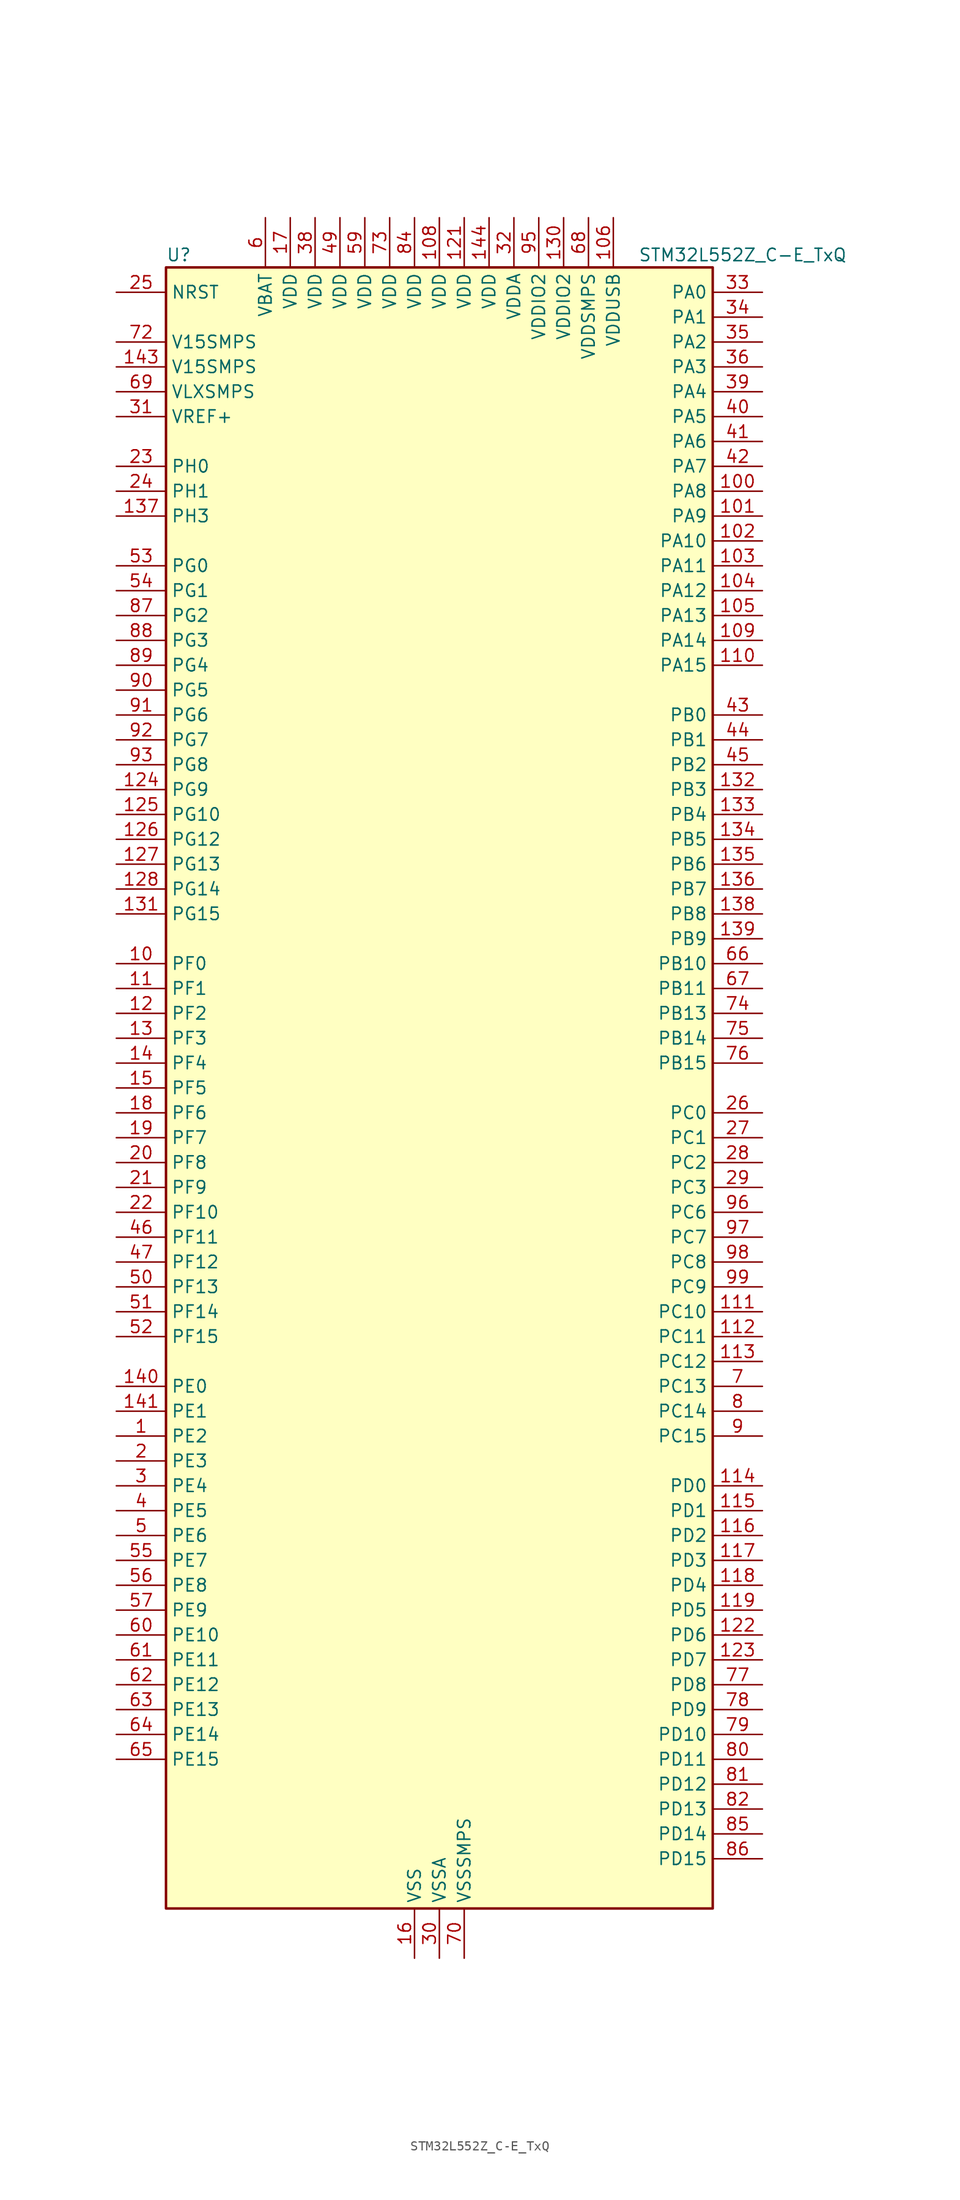
<source format=kicad_sym>
(kicad_symbol_lib
  (version 20231120)
  (generator "kicad_symbol_editor")
  (generator_version "8.0")
  (symbol "STM32L552Z_C-E_TxQ"
    (property "Reference" "U"
      (at -27.94 85.09 0)
      (effects (font (size 1.27 1.27)) (justify left)))
    (property "Value" "STM32L552Z_C-E_TxQ"
      (at 20.32 85.09 0)
      (effects (font (size 1.27 1.27)) (justify left)))
    (property "ki_locked" ""
      (at 0 0 0)
      (effects (font (size 1.27 1.27))))
    (symbol "STM32L552Z_C-E_TxQ_0_1"
      (rectangle (start -27.94 -83.82) (end 27.94 83.82) (stroke (width 0.254) (type default)) (fill (type background))))
    (symbol "STM32L552Z_C-E_TxQ_1_1"
      (pin bidirectional line (at -33.02 -35.56 0) (length 5.08) (name "PE2" (effects (font (size 1.27 1.27)))) (number "1" (effects (font (size 1.27 1.27)))) (alternate "DEBUG_TRACECLK" bidirectional line) (alternate "FMC_A23" bidirectional line) (alternate "SAI1_CK1" bidirectional line) (alternate "SAI1_MCLK_A" bidirectional line) (alternate "TIM3_ETR" bidirectional line) (alternate "TSC_G7_IO1" bidirectional line))
      (pin bidirectional line (at -33.02 12.7 0) (length 5.08) (name "PF0" (effects (font (size 1.27 1.27)))) (number "10" (effects (font (size 1.27 1.27)))) (alternate "FMC_A0" bidirectional line) (alternate "I2C2_SDA" bidirectional line))
      (pin bidirectional line (at 33.02 60.96 180) (length 5.08) (name "PA8" (effects (font (size 1.27 1.27)))) (number "100" (effects (font (size 1.27 1.27)))) (alternate "LPTIM2_OUT" bidirectional line) (alternate "RCC_MCO" bidirectional line) (alternate "SAI1_CK2" bidirectional line) (alternate "SAI1_SCK_A" bidirectional line) (alternate "TIM1_CH1" bidirectional line) (alternate "USART1_CK" bidirectional line))
      (pin bidirectional line (at 33.02 58.42 180) (length 5.08) (name "PA9" (effects (font (size 1.27 1.27)))) (number "101" (effects (font (size 1.27 1.27)))) (alternate "DAC1_EXTI9" bidirectional line) (alternate "SAI1_FS_A" bidirectional line) (alternate "SPI2_SCK" bidirectional line) (alternate "TIM15_BKIN" bidirectional line) (alternate "TIM1_CH2" bidirectional line) (alternate "USART1_TX" bidirectional line))
      (pin bidirectional line (at 33.02 55.88 180) (length 5.08) (name "PA10" (effects (font (size 1.27 1.27)))) (number "102" (effects (font (size 1.27 1.27)))) (alternate "CRS_SYNC" bidirectional line) (alternate "SAI1_D1" bidirectional line) (alternate "SAI1_SD_A" bidirectional line) (alternate "TIM17_BKIN" bidirectional line) (alternate "TIM1_CH3" bidirectional line) (alternate "USART1_RX" bidirectional line))
      (pin bidirectional line (at 33.02 53.34 180) (length 5.08) (name "PA11" (effects (font (size 1.27 1.27)))) (number "103" (effects (font (size 1.27 1.27)))) (alternate "ADC1_EXTI11" bidirectional line) (alternate "ADC2_EXTI11" bidirectional line) (alternate "FDCAN1_RX" bidirectional line) (alternate "SPI1_MISO" bidirectional line) (alternate "TIM1_BKIN2" bidirectional line) (alternate "TIM1_CH4" bidirectional line) (alternate "USART1_CTS" bidirectional line) (alternate "USART1_NSS" bidirectional line) (alternate "USB_DM" bidirectional line))
      (pin bidirectional line (at 33.02 50.8 180) (length 5.08) (name "PA12" (effects (font (size 1.27 1.27)))) (number "104" (effects (font (size 1.27 1.27)))) (alternate "FDCAN1_TX" bidirectional line) (alternate "SPI1_MOSI" bidirectional line) (alternate "TIM1_ETR" bidirectional line) (alternate "USART1_DE" bidirectional line) (alternate "USART1_RTS" bidirectional line) (alternate "USB_DP" bidirectional line))
      (pin bidirectional line (at 33.02 48.26 180) (length 5.08) (name "PA13" (effects (font (size 1.27 1.27)))) (number "105" (effects (font (size 1.27 1.27)))) (alternate "DEBUG_JTMS-SWDIO" bidirectional line) (alternate "IR_OUT" bidirectional line) (alternate "SAI1_SD_B" bidirectional line) (alternate "USB_NOE" bidirectional line))
      (pin power_in line (at 17.78 88.9 270) (length 5.08) (name "VDDUSB" (effects (font (size 1.27 1.27)))) (number "106" (effects (font (size 1.27 1.27)))))
      (pin passive line (at -2.54 -88.9 90) (length 5.08) hide (name "VSS" (effects (font (size 1.27 1.27)))) (number "107" (effects (font (size 1.27 1.27)))))
      (pin power_in line (at 0 88.9 270) (length 5.08) (name "VDD" (effects (font (size 1.27 1.27)))) (number "108" (effects (font (size 1.27 1.27)))))
      (pin bidirectional line (at 33.02 45.72 180) (length 5.08) (name "PA14" (effects (font (size 1.27 1.27)))) (number "109" (effects (font (size 1.27 1.27)))) (alternate "DEBUG_JTCK-SWCLK" bidirectional line) (alternate "I2C1_SMBA" bidirectional line) (alternate "I2C4_SMBA" bidirectional line) (alternate "LPTIM1_OUT" bidirectional line) (alternate "SAI1_FS_B" bidirectional line))
      (pin bidirectional line (at -33.02 10.16 0) (length 5.08) (name "PF1" (effects (font (size 1.27 1.27)))) (number "11" (effects (font (size 1.27 1.27)))) (alternate "FMC_A1" bidirectional line) (alternate "I2C2_SCL" bidirectional line))
      (pin bidirectional line (at 33.02 43.18 180) (length 5.08) (name "PA15" (effects (font (size 1.27 1.27)))) (number "110" (effects (font (size 1.27 1.27)))) (alternate "ADC1_EXTI15" bidirectional line) (alternate "ADC2_EXTI15" bidirectional line) (alternate "DEBUG_JTDI" bidirectional line) (alternate "SAI2_FS_B" bidirectional line) (alternate "SPI1_NSS" bidirectional line) (alternate "SPI3_NSS" bidirectional line) (alternate "TIM2_CH1" bidirectional line) (alternate "TIM2_ETR" bidirectional line) (alternate "UART4_DE" bidirectional line) (alternate "UART4_RTS" bidirectional line) (alternate "UCPD1_CC1" bidirectional line) (alternate "USART2_RX" bidirectional line) (alternate "USART3_DE" bidirectional line) (alternate "USART3_RTS" bidirectional line))
      (pin bidirectional line (at 33.02 -22.86 180) (length 5.08) (name "PC10" (effects (font (size 1.27 1.27)))) (number "111" (effects (font (size 1.27 1.27)))) (alternate "DEBUG_TRACED1" bidirectional line) (alternate "LPTIM3_ETR" bidirectional line) (alternate "SAI2_SCK_B" bidirectional line) (alternate "SDMMC1_D2" bidirectional line) (alternate "SPI3_SCK" bidirectional line) (alternate "TSC_G3_IO2" bidirectional line) (alternate "UART4_TX" bidirectional line) (alternate "USART3_TX" bidirectional line))
      (pin bidirectional line (at 33.02 -25.4 180) (length 5.08) (name "PC11" (effects (font (size 1.27 1.27)))) (number "112" (effects (font (size 1.27 1.27)))) (alternate "ADC1_EXTI11" bidirectional line) (alternate "ADC2_EXTI11" bidirectional line) (alternate "LPTIM3_IN1" bidirectional line) (alternate "OCTOSPI1_NCS" bidirectional line) (alternate "SAI2_MCLK_B" bidirectional line) (alternate "SDMMC1_D3" bidirectional line) (alternate "SPI3_MISO" bidirectional line) (alternate "TSC_G3_IO3" bidirectional line) (alternate "UART4_RX" bidirectional line) (alternate "UCPD1_FRSTX2" bidirectional line) (alternate "USART3_RX" bidirectional line))
      (pin bidirectional line (at 33.02 -27.94 180) (length 5.08) (name "PC12" (effects (font (size 1.27 1.27)))) (number "113" (effects (font (size 1.27 1.27)))) (alternate "DEBUG_TRACED3" bidirectional line) (alternate "SAI2_SD_B" bidirectional line) (alternate "SDMMC1_CK" bidirectional line) (alternate "SPI3_MOSI" bidirectional line) (alternate "TSC_G3_IO4" bidirectional line) (alternate "UART5_TX" bidirectional line) (alternate "USART3_CK" bidirectional line))
      (pin bidirectional line (at 33.02 -40.64 180) (length 5.08) (name "PD0" (effects (font (size 1.27 1.27)))) (number "114" (effects (font (size 1.27 1.27)))) (alternate "FDCAN1_RX" bidirectional line) (alternate "FMC_D2" bidirectional line) (alternate "FMC_DA2" bidirectional line) (alternate "SPI2_NSS" bidirectional line))
      (pin bidirectional line (at 33.02 -43.18 180) (length 5.08) (name "PD1" (effects (font (size 1.27 1.27)))) (number "115" (effects (font (size 1.27 1.27)))) (alternate "FDCAN1_TX" bidirectional line) (alternate "FMC_D3" bidirectional line) (alternate "FMC_DA3" bidirectional line) (alternate "SPI2_SCK" bidirectional line))
      (pin bidirectional line (at 33.02 -45.72 180) (length 5.08) (name "PD2" (effects (font (size 1.27 1.27)))) (number "116" (effects (font (size 1.27 1.27)))) (alternate "DEBUG_TRACED2" bidirectional line) (alternate "SDMMC1_CMD" bidirectional line) (alternate "TIM3_ETR" bidirectional line) (alternate "TSC_SYNC" bidirectional line) (alternate "UART5_RX" bidirectional line) (alternate "USART3_DE" bidirectional line) (alternate "USART3_RTS" bidirectional line))
      (pin bidirectional line (at 33.02 -48.26 180) (length 5.08) (name "PD3" (effects (font (size 1.27 1.27)))) (number "117" (effects (font (size 1.27 1.27)))) (alternate "DFSDM1_DATIN0" bidirectional line) (alternate "FMC_CLK" bidirectional line) (alternate "SPI2_MISO" bidirectional line) (alternate "SPI2_SCK" bidirectional line) (alternate "USART2_CTS" bidirectional line) (alternate "USART2_NSS" bidirectional line))
      (pin bidirectional line (at 33.02 -50.8 180) (length 5.08) (name "PD4" (effects (font (size 1.27 1.27)))) (number "118" (effects (font (size 1.27 1.27)))) (alternate "DFSDM1_CKIN0" bidirectional line) (alternate "FMC_NOE" bidirectional line) (alternate "OCTOSPI1_IO4" bidirectional line) (alternate "SPI2_MOSI" bidirectional line) (alternate "USART2_DE" bidirectional line) (alternate "USART2_RTS" bidirectional line))
      (pin bidirectional line (at 33.02 -53.34 180) (length 5.08) (name "PD5" (effects (font (size 1.27 1.27)))) (number "119" (effects (font (size 1.27 1.27)))) (alternate "FMC_NWE" bidirectional line) (alternate "OCTOSPI1_IO5" bidirectional line) (alternate "USART2_TX" bidirectional line))
      (pin bidirectional line (at -33.02 7.62 0) (length 5.08) (name "PF2" (effects (font (size 1.27 1.27)))) (number "12" (effects (font (size 1.27 1.27)))) (alternate "FMC_A2" bidirectional line) (alternate "I2C2_SMBA" bidirectional line))
      (pin passive line (at -2.54 -88.9 90) (length 5.08) hide (name "VSS" (effects (font (size 1.27 1.27)))) (number "120" (effects (font (size 1.27 1.27)))))
      (pin power_in line (at 2.54 88.9 270) (length 5.08) (name "VDD" (effects (font (size 1.27 1.27)))) (number "121" (effects (font (size 1.27 1.27)))))
      (pin bidirectional line (at 33.02 -55.88 180) (length 5.08) (name "PD6" (effects (font (size 1.27 1.27)))) (number "122" (effects (font (size 1.27 1.27)))) (alternate "DFSDM1_DATIN1" bidirectional line) (alternate "FMC_NWAIT" bidirectional line) (alternate "OCTOSPI1_IO6" bidirectional line) (alternate "SAI1_D1" bidirectional line) (alternate "SAI1_SD_A" bidirectional line) (alternate "SPI3_MOSI" bidirectional line) (alternate "USART2_RX" bidirectional line))
      (pin bidirectional line (at 33.02 -58.42 180) (length 5.08) (name "PD7" (effects (font (size 1.27 1.27)))) (number "123" (effects (font (size 1.27 1.27)))) (alternate "DFSDM1_CKIN1" bidirectional line) (alternate "FMC_NCE" bidirectional line) (alternate "FMC_NE1" bidirectional line) (alternate "OCTOSPI1_IO7" bidirectional line) (alternate "USART2_CK" bidirectional line))
      (pin bidirectional line (at -33.02 30.48 0) (length 5.08) (name "PG9" (effects (font (size 1.27 1.27)))) (number "124" (effects (font (size 1.27 1.27)))) (alternate "DAC1_EXTI9" bidirectional line) (alternate "FMC_NCE" bidirectional line) (alternate "FMC_NE2" bidirectional line) (alternate "SAI2_SCK_A" bidirectional line) (alternate "SPI3_SCK" bidirectional line) (alternate "TIM15_CH1N" bidirectional line) (alternate "USART1_TX" bidirectional line))
      (pin bidirectional line (at -33.02 27.94 0) (length 5.08) (name "PG10" (effects (font (size 1.27 1.27)))) (number "125" (effects (font (size 1.27 1.27)))) (alternate "FMC_NE3" bidirectional line) (alternate "LPTIM1_IN1" bidirectional line) (alternate "SAI2_FS_A" bidirectional line) (alternate "SPI3_MISO" bidirectional line) (alternate "TIM15_CH1" bidirectional line) (alternate "USART1_RX" bidirectional line))
      (pin bidirectional line (at -33.02 25.4 0) (length 5.08) (name "PG12" (effects (font (size 1.27 1.27)))) (number "126" (effects (font (size 1.27 1.27)))) (alternate "FMC_NE4" bidirectional line) (alternate "LPTIM1_ETR" bidirectional line) (alternate "SAI2_SD_A" bidirectional line) (alternate "SPI3_NSS" bidirectional line) (alternate "USART1_DE" bidirectional line) (alternate "USART1_RTS" bidirectional line))
      (pin bidirectional line (at -33.02 22.86 0) (length 5.08) (name "PG13" (effects (font (size 1.27 1.27)))) (number "127" (effects (font (size 1.27 1.27)))) (alternate "FMC_A24" bidirectional line) (alternate "I2C1_SDA" bidirectional line) (alternate "USART1_CK" bidirectional line))
      (pin bidirectional line (at -33.02 20.32 0) (length 5.08) (name "PG14" (effects (font (size 1.27 1.27)))) (number "128" (effects (font (size 1.27 1.27)))) (alternate "FMC_A25" bidirectional line) (alternate "I2C1_SCL" bidirectional line))
      (pin passive line (at -2.54 -88.9 90) (length 5.08) hide (name "VSS" (effects (font (size 1.27 1.27)))) (number "129" (effects (font (size 1.27 1.27)))))
      (pin bidirectional line (at -33.02 5.08 0) (length 5.08) (name "PF3" (effects (font (size 1.27 1.27)))) (number "13" (effects (font (size 1.27 1.27)))) (alternate "FMC_A3" bidirectional line) (alternate "LPTIM3_IN1" bidirectional line))
      (pin power_in line (at 12.7 88.9 270) (length 5.08) (name "VDDIO2" (effects (font (size 1.27 1.27)))) (number "130" (effects (font (size 1.27 1.27)))))
      (pin bidirectional line (at -33.02 17.78 0) (length 5.08) (name "PG15" (effects (font (size 1.27 1.27)))) (number "131" (effects (font (size 1.27 1.27)))) (alternate "ADC1_EXTI15" bidirectional line) (alternate "ADC2_EXTI15" bidirectional line) (alternate "I2C1_SMBA" bidirectional line) (alternate "LPTIM1_OUT" bidirectional line))
      (pin bidirectional line (at 33.02 30.48 180) (length 5.08) (name "PB3" (effects (font (size 1.27 1.27)))) (number "132" (effects (font (size 1.27 1.27)))) (alternate "COMP2_INM" bidirectional line) (alternate "CRS_SYNC" bidirectional line) (alternate "DEBUG_JTDO-SWO" bidirectional line) (alternate "SAI1_SCK_B" bidirectional line) (alternate "SPI1_SCK" bidirectional line) (alternate "SPI3_SCK" bidirectional line) (alternate "TIM2_CH2" bidirectional line) (alternate "USART1_DE" bidirectional line) (alternate "USART1_RTS" bidirectional line))
      (pin bidirectional line (at 33.02 27.94 180) (length 5.08) (name "PB4" (effects (font (size 1.27 1.27)))) (number "133" (effects (font (size 1.27 1.27)))) (alternate "COMP2_INP" bidirectional line) (alternate "DEBUG_JTRST" bidirectional line) (alternate "I2C3_SDA" bidirectional line) (alternate "SAI1_MCLK_B" bidirectional line) (alternate "SPI1_MISO" bidirectional line) (alternate "SPI3_MISO" bidirectional line) (alternate "TIM17_BKIN" bidirectional line) (alternate "TIM3_CH1" bidirectional line) (alternate "TSC_G2_IO1" bidirectional line) (alternate "UART5_DE" bidirectional line) (alternate "UART5_RTS" bidirectional line) (alternate "USART1_CTS" bidirectional line) (alternate "USART1_NSS" bidirectional line))
      (pin bidirectional line (at 33.02 25.4 180) (length 5.08) (name "PB5" (effects (font (size 1.27 1.27)))) (number "134" (effects (font (size 1.27 1.27)))) (alternate "COMP2_OUT" bidirectional line) (alternate "I2C1_SMBA" bidirectional line) (alternate "LPTIM1_IN1" bidirectional line) (alternate "OCTOSPI1_NCLK" bidirectional line) (alternate "SAI1_SD_B" bidirectional line) (alternate "SPI1_MOSI" bidirectional line) (alternate "SPI3_MOSI" bidirectional line) (alternate "TIM16_BKIN" bidirectional line) (alternate "TIM3_CH2" bidirectional line) (alternate "TSC_G2_IO2" bidirectional line) (alternate "UART5_CTS" bidirectional line) (alternate "UCPD1_DBCC1" bidirectional line) (alternate "USART1_CK" bidirectional line))
      (pin bidirectional line (at 33.02 22.86 180) (length 5.08) (name "PB6" (effects (font (size 1.27 1.27)))) (number "135" (effects (font (size 1.27 1.27)))) (alternate "COMP2_INP" bidirectional line) (alternate "I2C1_SCL" bidirectional line) (alternate "I2C4_SCL" bidirectional line) (alternate "LPTIM1_ETR" bidirectional line) (alternate "SAI1_FS_B" bidirectional line) (alternate "TIM16_CH1N" bidirectional line) (alternate "TIM4_CH1" bidirectional line) (alternate "TIM8_BKIN2" bidirectional line) (alternate "TSC_G2_IO3" bidirectional line) (alternate "USART1_TX" bidirectional line))
      (pin bidirectional line (at 33.02 20.32 180) (length 5.08) (name "PB7" (effects (font (size 1.27 1.27)))) (number "136" (effects (font (size 1.27 1.27)))) (alternate "COMP2_INM" bidirectional line) (alternate "FMC_NL" bidirectional line) (alternate "I2C1_SDA" bidirectional line) (alternate "I2C4_SDA" bidirectional line) (alternate "LPTIM1_IN2" bidirectional line) (alternate "PWR_PVD_IN" bidirectional line) (alternate "TIM17_CH1N" bidirectional line) (alternate "TIM4_CH2" bidirectional line) (alternate "TIM8_BKIN" bidirectional line) (alternate "TSC_G2_IO4" bidirectional line) (alternate "UART4_CTS" bidirectional line) (alternate "USART1_RX" bidirectional line))
      (pin bidirectional line (at -33.02 58.42 0) (length 5.08) (name "PH3" (effects (font (size 1.27 1.27)))) (number "137" (effects (font (size 1.27 1.27)))))
      (pin bidirectional line (at 33.02 17.78 180) (length 5.08) (name "PB8" (effects (font (size 1.27 1.27)))) (number "138" (effects (font (size 1.27 1.27)))) (alternate "DFSDM1_CKOUT" bidirectional line) (alternate "FDCAN1_RX" bidirectional line) (alternate "I2C1_SCL" bidirectional line) (alternate "SAI1_CK1" bidirectional line) (alternate "SAI1_MCLK_A" bidirectional line) (alternate "SDMMC1_CKIN" bidirectional line) (alternate "SDMMC1_D4" bidirectional line) (alternate "TIM16_CH1" bidirectional line) (alternate "TIM4_CH3" bidirectional line))
      (pin bidirectional line (at 33.02 15.24 180) (length 5.08) (name "PB9" (effects (font (size 1.27 1.27)))) (number "139" (effects (font (size 1.27 1.27)))) (alternate "DAC1_EXTI9" bidirectional line) (alternate "FDCAN1_TX" bidirectional line) (alternate "I2C1_SDA" bidirectional line) (alternate "IR_OUT" bidirectional line) (alternate "SAI1_D2" bidirectional line) (alternate "SAI1_FS_A" bidirectional line) (alternate "SDMMC1_CDIR" bidirectional line) (alternate "SDMMC1_D5" bidirectional line) (alternate "SPI2_NSS" bidirectional line) (alternate "TIM17_CH1" bidirectional line) (alternate "TIM4_CH4" bidirectional line))
      (pin bidirectional line (at -33.02 2.54 0) (length 5.08) (name "PF4" (effects (font (size 1.27 1.27)))) (number "14" (effects (font (size 1.27 1.27)))) (alternate "FMC_A4" bidirectional line) (alternate "LPTIM3_ETR" bidirectional line))
      (pin bidirectional line (at -33.02 -30.48 0) (length 5.08) (name "PE0" (effects (font (size 1.27 1.27)))) (number "140" (effects (font (size 1.27 1.27)))) (alternate "FMC_NBL0" bidirectional line) (alternate "TIM16_CH1" bidirectional line) (alternate "TIM4_ETR" bidirectional line))
      (pin bidirectional line (at -33.02 -33.02 0) (length 5.08) (name "PE1" (effects (font (size 1.27 1.27)))) (number "141" (effects (font (size 1.27 1.27)))) (alternate "FMC_NBL1" bidirectional line) (alternate "TIM17_CH1" bidirectional line))
      (pin passive line (at -2.54 -88.9 90) (length 5.08) hide (name "VSS" (effects (font (size 1.27 1.27)))) (number "142" (effects (font (size 1.27 1.27)))))
      (pin power_in line (at -33.02 73.66 0) (length 5.08) (name "V15SMPS" (effects (font (size 1.27 1.27)))) (number "143" (effects (font (size 1.27 1.27)))))
      (pin power_in line (at 5.08 88.9 270) (length 5.08) (name "VDD" (effects (font (size 1.27 1.27)))) (number "144" (effects (font (size 1.27 1.27)))))
      (pin bidirectional line (at -33.02 0 0) (length 5.08) (name "PF5" (effects (font (size 1.27 1.27)))) (number "15" (effects (font (size 1.27 1.27)))) (alternate "FMC_A5" bidirectional line) (alternate "LPTIM3_OUT" bidirectional line))
      (pin power_in line (at -2.54 -88.9 90) (length 5.08) (name "VSS" (effects (font (size 1.27 1.27)))) (number "16" (effects (font (size 1.27 1.27)))))
      (pin power_in line (at -15.24 88.9 270) (length 5.08) (name "VDD" (effects (font (size 1.27 1.27)))) (number "17" (effects (font (size 1.27 1.27)))))
      (pin bidirectional line (at -33.02 -2.54 0) (length 5.08) (name "PF6" (effects (font (size 1.27 1.27)))) (number "18" (effects (font (size 1.27 1.27)))) (alternate "OCTOSPI1_IO3" bidirectional line) (alternate "SAI1_SD_B" bidirectional line) (alternate "TIM5_CH1" bidirectional line) (alternate "TIM5_ETR" bidirectional line))
      (pin bidirectional line (at -33.02 -5.08 0) (length 5.08) (name "PF7" (effects (font (size 1.27 1.27)))) (number "19" (effects (font (size 1.27 1.27)))) (alternate "OCTOSPI1_IO2" bidirectional line) (alternate "SAI1_MCLK_B" bidirectional line) (alternate "TAMP_IN6" bidirectional line) (alternate "TAMP_OUT3" bidirectional line) (alternate "TIM5_CH2" bidirectional line))
      (pin bidirectional line (at -33.02 -38.1 0) (length 5.08) (name "PE3" (effects (font (size 1.27 1.27)))) (number "2" (effects (font (size 1.27 1.27)))) (alternate "DEBUG_TRACED0" bidirectional line) (alternate "FMC_A19" bidirectional line) (alternate "OCTOSPI1_DQS" bidirectional line) (alternate "SAI1_SD_B" bidirectional line) (alternate "TIM3_CH1" bidirectional line) (alternate "TSC_G7_IO2" bidirectional line))
      (pin bidirectional line (at -33.02 -7.62 0) (length 5.08) (name "PF8" (effects (font (size 1.27 1.27)))) (number "20" (effects (font (size 1.27 1.27)))) (alternate "OCTOSPI1_IO0" bidirectional line) (alternate "SAI1_SCK_B" bidirectional line) (alternate "TAMP_IN7" bidirectional line) (alternate "TAMP_OUT8" bidirectional line) (alternate "TIM5_CH3" bidirectional line))
      (pin bidirectional line (at -33.02 -10.16 0) (length 5.08) (name "PF9" (effects (font (size 1.27 1.27)))) (number "21" (effects (font (size 1.27 1.27)))) (alternate "DAC1_EXTI9" bidirectional line) (alternate "OCTOSPI1_IO1" bidirectional line) (alternate "SAI1_FS_B" bidirectional line) (alternate "TAMP_IN8" bidirectional line) (alternate "TAMP_OUT7" bidirectional line) (alternate "TIM15_CH1" bidirectional line) (alternate "TIM5_CH4" bidirectional line))
      (pin bidirectional line (at -33.02 -12.7 0) (length 5.08) (name "PF10" (effects (font (size 1.27 1.27)))) (number "22" (effects (font (size 1.27 1.27)))) (alternate "DFSDM1_CKOUT" bidirectional line) (alternate "OCTOSPI1_CLK" bidirectional line) (alternate "SAI1_D3" bidirectional line) (alternate "TIM15_CH2" bidirectional line))
      (pin bidirectional line (at -33.02 63.5 0) (length 5.08) (name "PH0" (effects (font (size 1.27 1.27)))) (number "23" (effects (font (size 1.27 1.27)))) (alternate "RCC_OSC_IN" bidirectional line))
      (pin bidirectional line (at -33.02 60.96 0) (length 5.08) (name "PH1" (effects (font (size 1.27 1.27)))) (number "24" (effects (font (size 1.27 1.27)))) (alternate "RCC_OSC_OUT" bidirectional line))
      (pin input line (at -33.02 81.28 0) (length 5.08) (name "NRST" (effects (font (size 1.27 1.27)))) (number "25" (effects (font (size 1.27 1.27)))))
      (pin bidirectional line (at 33.02 -2.54 180) (length 5.08) (name "PC0" (effects (font (size 1.27 1.27)))) (number "26" (effects (font (size 1.27 1.27)))) (alternate "ADC1_IN1" bidirectional line) (alternate "ADC2_IN1" bidirectional line) (alternate "I2C3_SCL" bidirectional line) (alternate "LPTIM1_IN1" bidirectional line) (alternate "LPTIM2_IN1" bidirectional line) (alternate "LPUART1_RX" bidirectional line) (alternate "OCTOSPI1_IO7" bidirectional line) (alternate "SAI2_FS_A" bidirectional line) (alternate "SDMMC1_D5" bidirectional line))
      (pin bidirectional line (at 33.02 -5.08 180) (length 5.08) (name "PC1" (effects (font (size 1.27 1.27)))) (number "27" (effects (font (size 1.27 1.27)))) (alternate "ADC1_IN2" bidirectional line) (alternate "ADC2_IN2" bidirectional line) (alternate "DEBUG_TRACED0" bidirectional line) (alternate "I2C3_SDA" bidirectional line) (alternate "LPTIM1_OUT" bidirectional line) (alternate "LPUART1_TX" bidirectional line) (alternate "OCTOSPI1_IO4" bidirectional line) (alternate "SAI1_SD_A" bidirectional line) (alternate "SPI2_MOSI" bidirectional line))
      (pin bidirectional line (at 33.02 -7.62 180) (length 5.08) (name "PC2" (effects (font (size 1.27 1.27)))) (number "28" (effects (font (size 1.27 1.27)))) (alternate "ADC1_IN3" bidirectional line) (alternate "ADC2_IN3" bidirectional line) (alternate "DFSDM1_CKOUT" bidirectional line) (alternate "LPTIM1_IN2" bidirectional line) (alternate "OCTOSPI1_IO5" bidirectional line) (alternate "SPI2_MISO" bidirectional line))
      (pin bidirectional line (at 33.02 -10.16 180) (length 5.08) (name "PC3" (effects (font (size 1.27 1.27)))) (number "29" (effects (font (size 1.27 1.27)))) (alternate "ADC1_IN4" bidirectional line) (alternate "ADC2_IN4" bidirectional line) (alternate "LPTIM1_ETR" bidirectional line) (alternate "LPTIM2_ETR" bidirectional line) (alternate "LPTIM3_OUT" bidirectional line) (alternate "OCTOSPI1_IO6" bidirectional line) (alternate "SAI1_D1" bidirectional line) (alternate "SAI1_SD_A" bidirectional line) (alternate "SPI2_MOSI" bidirectional line))
      (pin bidirectional line (at -33.02 -40.64 0) (length 5.08) (name "PE4" (effects (font (size 1.27 1.27)))) (number "3" (effects (font (size 1.27 1.27)))) (alternate "DEBUG_TRACED1" bidirectional line) (alternate "DFSDM1_DATIN3" bidirectional line) (alternate "FMC_A20" bidirectional line) (alternate "SAI1_D2" bidirectional line) (alternate "SAI1_FS_A" bidirectional line) (alternate "TIM3_CH2" bidirectional line) (alternate "TSC_G7_IO3" bidirectional line))
      (pin power_in line (at 0 -88.9 90) (length 5.08) (name "VSSA" (effects (font (size 1.27 1.27)))) (number "30" (effects (font (size 1.27 1.27)))))
      (pin input line (at -33.02 68.58 0) (length 5.08) (name "VREF+" (effects (font (size 1.27 1.27)))) (number "31" (effects (font (size 1.27 1.27)))) (alternate "VREFBUF_OUT" bidirectional line))
      (pin power_in line (at 7.62 88.9 270) (length 5.08) (name "VDDA" (effects (font (size 1.27 1.27)))) (number "32" (effects (font (size 1.27 1.27)))))
      (pin bidirectional line (at 33.02 81.28 180) (length 5.08) (name "PA0" (effects (font (size 1.27 1.27)))) (number "33" (effects (font (size 1.27 1.27)))) (alternate "ADC1_IN5" bidirectional line) (alternate "ADC2_IN5" bidirectional line) (alternate "OPAMP1_VINP" bidirectional line) (alternate "PWR_WKUP1" bidirectional line) (alternate "SAI1_EXTCLK" bidirectional line) (alternate "TAMP_IN2" bidirectional line) (alternate "TAMP_OUT1" bidirectional line) (alternate "TIM2_CH1" bidirectional line) (alternate "TIM2_ETR" bidirectional line) (alternate "TIM5_CH1" bidirectional line) (alternate "TIM8_ETR" bidirectional line) (alternate "UART4_TX" bidirectional line) (alternate "USART2_CTS" bidirectional line) (alternate "USART2_NSS" bidirectional line))
      (pin bidirectional line (at 33.02 78.74 180) (length 5.08) (name "PA1" (effects (font (size 1.27 1.27)))) (number "34" (effects (font (size 1.27 1.27)))) (alternate "ADC1_IN6" bidirectional line) (alternate "ADC2_IN6" bidirectional line) (alternate "I2C1_SMBA" bidirectional line) (alternate "OCTOSPI1_DQS" bidirectional line) (alternate "OPAMP1_VINM" bidirectional line) (alternate "SPI1_SCK" bidirectional line) (alternate "TAMP_IN5" bidirectional line) (alternate "TAMP_OUT4" bidirectional line) (alternate "TIM15_CH1N" bidirectional line) (alternate "TIM2_CH2" bidirectional line) (alternate "TIM5_CH2" bidirectional line) (alternate "UART4_RX" bidirectional line) (alternate "USART2_DE" bidirectional line) (alternate "USART2_RTS" bidirectional line))
      (pin bidirectional line (at 33.02 76.2 180) (length 5.08) (name "PA2" (effects (font (size 1.27 1.27)))) (number "35" (effects (font (size 1.27 1.27)))) (alternate "ADC1_IN7" bidirectional line) (alternate "ADC2_IN7" bidirectional line) (alternate "COMP1_INP" bidirectional line) (alternate "LPUART1_TX" bidirectional line) (alternate "OCTOSPI1_NCS" bidirectional line) (alternate "PWR_WKUP4" bidirectional line) (alternate "RCC_LSCO" bidirectional line) (alternate "SAI2_EXTCLK" bidirectional line) (alternate "TIM15_CH1" bidirectional line) (alternate "TIM2_CH3" bidirectional line) (alternate "TIM5_CH3" bidirectional line) (alternate "UCPD1_FRSTX1" bidirectional line) (alternate "USART2_TX" bidirectional line))
      (pin bidirectional line (at 33.02 73.66 180) (length 5.08) (name "PA3" (effects (font (size 1.27 1.27)))) (number "36" (effects (font (size 1.27 1.27)))) (alternate "ADC1_IN8" bidirectional line) (alternate "ADC2_IN8" bidirectional line) (alternate "LPUART1_RX" bidirectional line) (alternate "OCTOSPI1_CLK" bidirectional line) (alternate "OPAMP1_VOUT" bidirectional line) (alternate "SAI1_CK1" bidirectional line) (alternate "SAI1_MCLK_A" bidirectional line) (alternate "TIM15_CH2" bidirectional line) (alternate "TIM2_CH4" bidirectional line) (alternate "TIM5_CH4" bidirectional line) (alternate "USART2_RX" bidirectional line))
      (pin passive line (at -2.54 -88.9 90) (length 5.08) hide (name "VSS" (effects (font (size 1.27 1.27)))) (number "37" (effects (font (size 1.27 1.27)))))
      (pin power_in line (at -12.7 88.9 270) (length 5.08) (name "VDD" (effects (font (size 1.27 1.27)))) (number "38" (effects (font (size 1.27 1.27)))))
      (pin bidirectional line (at 33.02 71.12 180) (length 5.08) (name "PA4" (effects (font (size 1.27 1.27)))) (number "39" (effects (font (size 1.27 1.27)))) (alternate "ADC1_IN9" bidirectional line) (alternate "ADC2_IN9" bidirectional line) (alternate "DAC1_OUT1" bidirectional line) (alternate "LPTIM2_OUT" bidirectional line) (alternate "OCTOSPI1_NCS" bidirectional line) (alternate "SAI1_FS_B" bidirectional line) (alternate "SPI1_NSS" bidirectional line) (alternate "SPI3_NSS" bidirectional line) (alternate "USART2_CK" bidirectional line))
      (pin bidirectional line (at -33.02 -43.18 0) (length 5.08) (name "PE5" (effects (font (size 1.27 1.27)))) (number "4" (effects (font (size 1.27 1.27)))) (alternate "DEBUG_TRACED2" bidirectional line) (alternate "DFSDM1_CKIN3" bidirectional line) (alternate "FMC_A21" bidirectional line) (alternate "SAI1_CK2" bidirectional line) (alternate "SAI1_SCK_A" bidirectional line) (alternate "TIM3_CH3" bidirectional line) (alternate "TSC_G7_IO4" bidirectional line))
      (pin bidirectional line (at 33.02 68.58 180) (length 5.08) (name "PA5" (effects (font (size 1.27 1.27)))) (number "40" (effects (font (size 1.27 1.27)))) (alternate "ADC1_IN10" bidirectional line) (alternate "ADC2_IN10" bidirectional line) (alternate "DAC1_OUT2" bidirectional line) (alternate "LPTIM2_ETR" bidirectional line) (alternate "SPI1_SCK" bidirectional line) (alternate "TIM2_CH1" bidirectional line) (alternate "TIM2_ETR" bidirectional line) (alternate "TIM8_CH1N" bidirectional line))
      (pin bidirectional line (at 33.02 66.04 180) (length 5.08) (name "PA6" (effects (font (size 1.27 1.27)))) (number "41" (effects (font (size 1.27 1.27)))) (alternate "ADC1_IN11" bidirectional line) (alternate "ADC2_IN11" bidirectional line) (alternate "LPUART1_CTS" bidirectional line) (alternate "OCTOSPI1_IO3" bidirectional line) (alternate "OPAMP2_VINP" bidirectional line) (alternate "SPI1_MISO" bidirectional line) (alternate "TIM16_CH1" bidirectional line) (alternate "TIM1_BKIN" bidirectional line) (alternate "TIM3_CH1" bidirectional line) (alternate "TIM8_BKIN" bidirectional line) (alternate "USART3_CTS" bidirectional line) (alternate "USART3_NSS" bidirectional line))
      (pin bidirectional line (at 33.02 63.5 180) (length 5.08) (name "PA7" (effects (font (size 1.27 1.27)))) (number "42" (effects (font (size 1.27 1.27)))) (alternate "ADC1_IN12" bidirectional line) (alternate "ADC2_IN12" bidirectional line) (alternate "I2C3_SCL" bidirectional line) (alternate "OCTOSPI1_IO2" bidirectional line) (alternate "OPAMP2_VINM" bidirectional line) (alternate "SPI1_MOSI" bidirectional line) (alternate "TIM17_CH1" bidirectional line) (alternate "TIM1_CH1N" bidirectional line) (alternate "TIM3_CH2" bidirectional line) (alternate "TIM8_CH1N" bidirectional line))
      (pin bidirectional line (at 33.02 38.1 180) (length 5.08) (name "PB0" (effects (font (size 1.27 1.27)))) (number "43" (effects (font (size 1.27 1.27)))) (alternate "ADC1_IN15" bidirectional line) (alternate "ADC2_IN15" bidirectional line) (alternate "COMP1_OUT" bidirectional line) (alternate "OCTOSPI1_IO1" bidirectional line) (alternate "OPAMP2_VOUT" bidirectional line) (alternate "SAI1_EXTCLK" bidirectional line) (alternate "SPI1_NSS" bidirectional line) (alternate "TIM1_CH2N" bidirectional line) (alternate "TIM3_CH3" bidirectional line) (alternate "TIM8_CH2N" bidirectional line) (alternate "USART3_CK" bidirectional line))
      (pin bidirectional line (at 33.02 35.56 180) (length 5.08) (name "PB1" (effects (font (size 1.27 1.27)))) (number "44" (effects (font (size 1.27 1.27)))) (alternate "ADC1_IN16" bidirectional line) (alternate "ADC2_IN16" bidirectional line) (alternate "COMP1_INM" bidirectional line) (alternate "DFSDM1_DATIN0" bidirectional line) (alternate "LPTIM2_IN1" bidirectional line) (alternate "LPUART1_DE" bidirectional line) (alternate "LPUART1_RTS" bidirectional line) (alternate "OCTOSPI1_IO0" bidirectional line) (alternate "TIM1_CH3N" bidirectional line) (alternate "TIM3_CH4" bidirectional line) (alternate "TIM8_CH3N" bidirectional line) (alternate "USART3_DE" bidirectional line) (alternate "USART3_RTS" bidirectional line))
      (pin bidirectional line (at 33.02 33.02 180) (length 5.08) (name "PB2" (effects (font (size 1.27 1.27)))) (number "45" (effects (font (size 1.27 1.27)))) (alternate "COMP1_INP" bidirectional line) (alternate "DFSDM1_CKIN0" bidirectional line) (alternate "I2C3_SMBA" bidirectional line) (alternate "LPTIM1_OUT" bidirectional line) (alternate "OCTOSPI1_DQS" bidirectional line) (alternate "RTC_OUT2" bidirectional line) (alternate "UCPD1_FRSTX1" bidirectional line))
      (pin bidirectional line (at -33.02 -15.24 0) (length 5.08) (name "PF11" (effects (font (size 1.27 1.27)))) (number "46" (effects (font (size 1.27 1.27)))) (alternate "ADC1_EXTI11" bidirectional line) (alternate "ADC2_EXTI11" bidirectional line) (alternate "OCTOSPI1_NCLK" bidirectional line))
      (pin bidirectional line (at -33.02 -17.78 0) (length 5.08) (name "PF12" (effects (font (size 1.27 1.27)))) (number "47" (effects (font (size 1.27 1.27)))) (alternate "FMC_A6" bidirectional line))
      (pin passive line (at -2.54 -88.9 90) (length 5.08) hide (name "VSS" (effects (font (size 1.27 1.27)))) (number "48" (effects (font (size 1.27 1.27)))))
      (pin power_in line (at -10.16 88.9 270) (length 5.08) (name "VDD" (effects (font (size 1.27 1.27)))) (number "49" (effects (font (size 1.27 1.27)))))
      (pin bidirectional line (at -33.02 -45.72 0) (length 5.08) (name "PE6" (effects (font (size 1.27 1.27)))) (number "5" (effects (font (size 1.27 1.27)))) (alternate "DEBUG_TRACED3" bidirectional line) (alternate "FMC_A22" bidirectional line) (alternate "PWR_WKUP3" bidirectional line) (alternate "SAI1_D1" bidirectional line) (alternate "SAI1_SD_A" bidirectional line) (alternate "TAMP_IN3" bidirectional line) (alternate "TAMP_OUT6" bidirectional line) (alternate "TIM3_CH4" bidirectional line))
      (pin bidirectional line (at -33.02 -20.32 0) (length 5.08) (name "PF13" (effects (font (size 1.27 1.27)))) (number "50" (effects (font (size 1.27 1.27)))) (alternate "FMC_A7" bidirectional line) (alternate "I2C4_SMBA" bidirectional line))
      (pin bidirectional line (at -33.02 -22.86 0) (length 5.08) (name "PF14" (effects (font (size 1.27 1.27)))) (number "51" (effects (font (size 1.27 1.27)))) (alternate "FMC_A8" bidirectional line) (alternate "I2C4_SCL" bidirectional line) (alternate "TSC_G8_IO1" bidirectional line))
      (pin bidirectional line (at -33.02 -25.4 0) (length 5.08) (name "PF15" (effects (font (size 1.27 1.27)))) (number "52" (effects (font (size 1.27 1.27)))) (alternate "ADC1_EXTI15" bidirectional line) (alternate "ADC2_EXTI15" bidirectional line) (alternate "FMC_A9" bidirectional line) (alternate "I2C4_SDA" bidirectional line) (alternate "TSC_G8_IO2" bidirectional line))
      (pin bidirectional line (at -33.02 53.34 0) (length 5.08) (name "PG0" (effects (font (size 1.27 1.27)))) (number "53" (effects (font (size 1.27 1.27)))) (alternate "FMC_A10" bidirectional line) (alternate "TSC_G8_IO3" bidirectional line))
      (pin bidirectional line (at -33.02 50.8 0) (length 5.08) (name "PG1" (effects (font (size 1.27 1.27)))) (number "54" (effects (font (size 1.27 1.27)))) (alternate "FMC_A11" bidirectional line) (alternate "TSC_G8_IO4" bidirectional line))
      (pin bidirectional line (at -33.02 -48.26 0) (length 5.08) (name "PE7" (effects (font (size 1.27 1.27)))) (number "55" (effects (font (size 1.27 1.27)))) (alternate "DFSDM1_DATIN2" bidirectional line) (alternate "FMC_D4" bidirectional line) (alternate "FMC_DA4" bidirectional line) (alternate "SAI1_SD_B" bidirectional line) (alternate "TIM1_ETR" bidirectional line))
      (pin bidirectional line (at -33.02 -50.8 0) (length 5.08) (name "PE8" (effects (font (size 1.27 1.27)))) (number "56" (effects (font (size 1.27 1.27)))) (alternate "DFSDM1_CKIN2" bidirectional line) (alternate "FMC_D5" bidirectional line) (alternate "FMC_DA5" bidirectional line) (alternate "SAI1_SCK_B" bidirectional line) (alternate "TIM1_CH1N" bidirectional line))
      (pin bidirectional line (at -33.02 -53.34 0) (length 5.08) (name "PE9" (effects (font (size 1.27 1.27)))) (number "57" (effects (font (size 1.27 1.27)))) (alternate "DAC1_EXTI9" bidirectional line) (alternate "DFSDM1_CKOUT" bidirectional line) (alternate "FMC_D6" bidirectional line) (alternate "FMC_DA6" bidirectional line) (alternate "OCTOSPI1_NCLK" bidirectional line) (alternate "SAI1_FS_B" bidirectional line) (alternate "TIM1_CH1" bidirectional line))
      (pin passive line (at -2.54 -88.9 90) (length 5.08) hide (name "VSS" (effects (font (size 1.27 1.27)))) (number "58" (effects (font (size 1.27 1.27)))))
      (pin power_in line (at -7.62 88.9 270) (length 5.08) (name "VDD" (effects (font (size 1.27 1.27)))) (number "59" (effects (font (size 1.27 1.27)))))
      (pin power_in line (at -17.78 88.9 270) (length 5.08) (name "VBAT" (effects (font (size 1.27 1.27)))) (number "6" (effects (font (size 1.27 1.27)))))
      (pin bidirectional line (at -33.02 -55.88 0) (length 5.08) (name "PE10" (effects (font (size 1.27 1.27)))) (number "60" (effects (font (size 1.27 1.27)))) (alternate "FMC_D7" bidirectional line) (alternate "FMC_DA7" bidirectional line) (alternate "OCTOSPI1_CLK" bidirectional line) (alternate "SAI1_MCLK_B" bidirectional line) (alternate "TIM1_CH2N" bidirectional line) (alternate "TSC_G5_IO1" bidirectional line))
      (pin bidirectional line (at -33.02 -58.42 0) (length 5.08) (name "PE11" (effects (font (size 1.27 1.27)))) (number "61" (effects (font (size 1.27 1.27)))) (alternate "ADC1_EXTI11" bidirectional line) (alternate "ADC2_EXTI11" bidirectional line) (alternate "FMC_D8" bidirectional line) (alternate "FMC_DA8" bidirectional line) (alternate "OCTOSPI1_NCS" bidirectional line) (alternate "TIM1_CH2" bidirectional line) (alternate "TSC_G5_IO2" bidirectional line))
      (pin bidirectional line (at -33.02 -60.96 0) (length 5.08) (name "PE12" (effects (font (size 1.27 1.27)))) (number "62" (effects (font (size 1.27 1.27)))) (alternate "FMC_D9" bidirectional line) (alternate "FMC_DA9" bidirectional line) (alternate "OCTOSPI1_IO0" bidirectional line) (alternate "SPI1_NSS" bidirectional line) (alternate "TIM1_CH3N" bidirectional line) (alternate "TSC_G5_IO3" bidirectional line))
      (pin bidirectional line (at -33.02 -63.5 0) (length 5.08) (name "PE13" (effects (font (size 1.27 1.27)))) (number "63" (effects (font (size 1.27 1.27)))) (alternate "FMC_D10" bidirectional line) (alternate "FMC_DA10" bidirectional line) (alternate "OCTOSPI1_IO1" bidirectional line) (alternate "SPI1_SCK" bidirectional line) (alternate "TIM1_CH3" bidirectional line) (alternate "TSC_G5_IO4" bidirectional line))
      (pin bidirectional line (at -33.02 -66.04 0) (length 5.08) (name "PE14" (effects (font (size 1.27 1.27)))) (number "64" (effects (font (size 1.27 1.27)))) (alternate "FMC_D11" bidirectional line) (alternate "FMC_DA11" bidirectional line) (alternate "OCTOSPI1_IO2" bidirectional line) (alternate "SPI1_MISO" bidirectional line) (alternate "TIM1_BKIN2" bidirectional line) (alternate "TIM1_CH4" bidirectional line))
      (pin bidirectional line (at -33.02 -68.58 0) (length 5.08) (name "PE15" (effects (font (size 1.27 1.27)))) (number "65" (effects (font (size 1.27 1.27)))) (alternate "ADC1_EXTI15" bidirectional line) (alternate "ADC2_EXTI15" bidirectional line) (alternate "FMC_D12" bidirectional line) (alternate "FMC_DA12" bidirectional line) (alternate "OCTOSPI1_IO3" bidirectional line) (alternate "SPI1_MOSI" bidirectional line) (alternate "TIM1_BKIN" bidirectional line))
      (pin bidirectional line (at 33.02 12.7 180) (length 5.08) (name "PB10" (effects (font (size 1.27 1.27)))) (number "66" (effects (font (size 1.27 1.27)))) (alternate "COMP1_OUT" bidirectional line) (alternate "I2C2_SCL" bidirectional line) (alternate "I2C4_SCL" bidirectional line) (alternate "LPTIM3_OUT" bidirectional line) (alternate "LPUART1_RX" bidirectional line) (alternate "OCTOSPI1_CLK" bidirectional line) (alternate "SAI1_SCK_A" bidirectional line) (alternate "SPI2_SCK" bidirectional line) (alternate "TIM2_CH3" bidirectional line) (alternate "TSC_SYNC" bidirectional line) (alternate "USART3_TX" bidirectional line))
      (pin bidirectional line (at 33.02 10.16 180) (length 5.08) (name "PB11" (effects (font (size 1.27 1.27)))) (number "67" (effects (font (size 1.27 1.27)))) (alternate "ADC1_EXTI11" bidirectional line) (alternate "ADC2_EXTI11" bidirectional line) (alternate "COMP2_OUT" bidirectional line) (alternate "I2C2_SDA" bidirectional line) (alternate "I2C4_SDA" bidirectional line) (alternate "LPUART1_TX" bidirectional line) (alternate "OCTOSPI1_NCS" bidirectional line) (alternate "TIM2_CH4" bidirectional line) (alternate "USART3_RX" bidirectional line))
      (pin power_in line (at 15.24 88.9 270) (length 5.08) (name "VDDSMPS" (effects (font (size 1.27 1.27)))) (number "68" (effects (font (size 1.27 1.27)))))
      (pin power_in line (at -33.02 71.12 0) (length 5.08) (name "VLXSMPS" (effects (font (size 1.27 1.27)))) (number "69" (effects (font (size 1.27 1.27)))))
      (pin bidirectional line (at 33.02 -30.48 180) (length 5.08) (name "PC13" (effects (font (size 1.27 1.27)))) (number "7" (effects (font (size 1.27 1.27)))) (alternate "PWR_WKUP2" bidirectional line) (alternate "RTC_OUT1" bidirectional line) (alternate "RTC_TS" bidirectional line) (alternate "TAMP_IN1" bidirectional line) (alternate "TAMP_OUT2" bidirectional line))
      (pin power_in line (at 2.54 -88.9 90) (length 5.08) (name "VSSSMPS" (effects (font (size 1.27 1.27)))) (number "70" (effects (font (size 1.27 1.27)))))
      (pin passive line (at -2.54 -88.9 90) (length 5.08) hide (name "VSS" (effects (font (size 1.27 1.27)))) (number "71" (effects (font (size 1.27 1.27)))))
      (pin power_in line (at -33.02 76.2 0) (length 5.08) (name "V15SMPS" (effects (font (size 1.27 1.27)))) (number "72" (effects (font (size 1.27 1.27)))))
      (pin power_in line (at -5.08 88.9 270) (length 5.08) (name "VDD" (effects (font (size 1.27 1.27)))) (number "73" (effects (font (size 1.27 1.27)))))
      (pin bidirectional line (at 33.02 7.62 180) (length 5.08) (name "PB13" (effects (font (size 1.27 1.27)))) (number "74" (effects (font (size 1.27 1.27)))) (alternate "DFSDM1_CKIN1" bidirectional line) (alternate "I2C2_SCL" bidirectional line) (alternate "LPTIM3_IN1" bidirectional line) (alternate "LPUART1_CTS" bidirectional line) (alternate "SAI2_SCK_A" bidirectional line) (alternate "SPI2_SCK" bidirectional line) (alternate "TIM15_CH1N" bidirectional line) (alternate "TIM1_CH1N" bidirectional line) (alternate "TSC_G1_IO2" bidirectional line) (alternate "UCPD1_FRSTX2" bidirectional line) (alternate "USART3_CTS" bidirectional line) (alternate "USART3_NSS" bidirectional line))
      (pin bidirectional line (at 33.02 5.08 180) (length 5.08) (name "PB14" (effects (font (size 1.27 1.27)))) (number "75" (effects (font (size 1.27 1.27)))) (alternate "DFSDM1_DATIN2" bidirectional line) (alternate "I2C2_SDA" bidirectional line) (alternate "LPTIM3_ETR" bidirectional line) (alternate "SAI2_MCLK_A" bidirectional line) (alternate "SPI2_MISO" bidirectional line) (alternate "TIM15_CH1" bidirectional line) (alternate "TIM1_CH2N" bidirectional line) (alternate "TIM8_CH2N" bidirectional line) (alternate "TSC_G1_IO3" bidirectional line) (alternate "UCPD1_DBCC2" bidirectional line) (alternate "USART3_DE" bidirectional line) (alternate "USART3_RTS" bidirectional line))
      (pin bidirectional line (at 33.02 2.54 180) (length 5.08) (name "PB15" (effects (font (size 1.27 1.27)))) (number "76" (effects (font (size 1.27 1.27)))) (alternate "ADC1_EXTI15" bidirectional line) (alternate "ADC2_EXTI15" bidirectional line) (alternate "DFSDM1_CKIN2" bidirectional line) (alternate "RTC_REFIN" bidirectional line) (alternate "SAI2_SD_A" bidirectional line) (alternate "SPI2_MOSI" bidirectional line) (alternate "TIM15_CH2" bidirectional line) (alternate "TIM1_CH3N" bidirectional line) (alternate "TIM8_CH3N" bidirectional line) (alternate "UCPD1_CC2" bidirectional line))
      (pin bidirectional line (at 33.02 -60.96 180) (length 5.08) (name "PD8" (effects (font (size 1.27 1.27)))) (number "77" (effects (font (size 1.27 1.27)))) (alternate "FMC_D13" bidirectional line) (alternate "FMC_DA13" bidirectional line) (alternate "USART3_TX" bidirectional line))
      (pin bidirectional line (at 33.02 -63.5 180) (length 5.08) (name "PD9" (effects (font (size 1.27 1.27)))) (number "78" (effects (font (size 1.27 1.27)))) (alternate "DAC1_EXTI9" bidirectional line) (alternate "FMC_D14" bidirectional line) (alternate "FMC_DA14" bidirectional line) (alternate "SAI2_MCLK_A" bidirectional line) (alternate "USART3_RX" bidirectional line))
      (pin bidirectional line (at 33.02 -66.04 180) (length 5.08) (name "PD10" (effects (font (size 1.27 1.27)))) (number "79" (effects (font (size 1.27 1.27)))) (alternate "FMC_D15" bidirectional line) (alternate "FMC_DA15" bidirectional line) (alternate "SAI2_SCK_A" bidirectional line) (alternate "TSC_G6_IO1" bidirectional line) (alternate "USART3_CK" bidirectional line))
      (pin bidirectional line (at 33.02 -33.02 180) (length 5.08) (name "PC14" (effects (font (size 1.27 1.27)))) (number "8" (effects (font (size 1.27 1.27)))) (alternate "RCC_OSC32_IN" bidirectional line))
      (pin bidirectional line (at 33.02 -68.58 180) (length 5.08) (name "PD11" (effects (font (size 1.27 1.27)))) (number "80" (effects (font (size 1.27 1.27)))) (alternate "ADC1_EXTI11" bidirectional line) (alternate "ADC2_EXTI11" bidirectional line) (alternate "FMC_A16" bidirectional line) (alternate "FMC_CLE" bidirectional line) (alternate "I2C4_SMBA" bidirectional line) (alternate "LPTIM2_ETR" bidirectional line) (alternate "SAI2_SD_A" bidirectional line) (alternate "TSC_G6_IO2" bidirectional line) (alternate "USART3_CTS" bidirectional line) (alternate "USART3_NSS" bidirectional line))
      (pin bidirectional line (at 33.02 -71.12 180) (length 5.08) (name "PD12" (effects (font (size 1.27 1.27)))) (number "81" (effects (font (size 1.27 1.27)))) (alternate "FMC_A17" bidirectional line) (alternate "FMC_ALE" bidirectional line) (alternate "I2C4_SCL" bidirectional line) (alternate "LPTIM2_IN1" bidirectional line) (alternate "SAI2_FS_A" bidirectional line) (alternate "TIM4_CH1" bidirectional line) (alternate "TSC_G6_IO3" bidirectional line) (alternate "USART3_DE" bidirectional line) (alternate "USART3_RTS" bidirectional line))
      (pin bidirectional line (at 33.02 -73.66 180) (length 5.08) (name "PD13" (effects (font (size 1.27 1.27)))) (number "82" (effects (font (size 1.27 1.27)))) (alternate "FMC_A18" bidirectional line) (alternate "I2C4_SDA" bidirectional line) (alternate "LPTIM2_OUT" bidirectional line) (alternate "TIM4_CH2" bidirectional line) (alternate "TSC_G6_IO4" bidirectional line))
      (pin passive line (at -2.54 -88.9 90) (length 5.08) hide (name "VSS" (effects (font (size 1.27 1.27)))) (number "83" (effects (font (size 1.27 1.27)))))
      (pin power_in line (at -2.54 88.9 270) (length 5.08) (name "VDD" (effects (font (size 1.27 1.27)))) (number "84" (effects (font (size 1.27 1.27)))))
      (pin bidirectional line (at 33.02 -76.2 180) (length 5.08) (name "PD14" (effects (font (size 1.27 1.27)))) (number "85" (effects (font (size 1.27 1.27)))) (alternate "FMC_D0" bidirectional line) (alternate "FMC_DA0" bidirectional line) (alternate "TIM4_CH3" bidirectional line))
      (pin bidirectional line (at 33.02 -78.74 180) (length 5.08) (name "PD15" (effects (font (size 1.27 1.27)))) (number "86" (effects (font (size 1.27 1.27)))) (alternate "ADC1_EXTI15" bidirectional line) (alternate "ADC2_EXTI15" bidirectional line) (alternate "FMC_D1" bidirectional line) (alternate "FMC_DA1" bidirectional line) (alternate "TIM4_CH4" bidirectional line))
      (pin bidirectional line (at -33.02 48.26 0) (length 5.08) (name "PG2" (effects (font (size 1.27 1.27)))) (number "87" (effects (font (size 1.27 1.27)))) (alternate "FMC_A12" bidirectional line) (alternate "SAI2_SCK_B" bidirectional line) (alternate "SPI1_SCK" bidirectional line))
      (pin bidirectional line (at -33.02 45.72 0) (length 5.08) (name "PG3" (effects (font (size 1.27 1.27)))) (number "88" (effects (font (size 1.27 1.27)))) (alternate "FMC_A13" bidirectional line) (alternate "SAI2_FS_B" bidirectional line) (alternate "SPI1_MISO" bidirectional line))
      (pin bidirectional line (at -33.02 43.18 0) (length 5.08) (name "PG4" (effects (font (size 1.27 1.27)))) (number "89" (effects (font (size 1.27 1.27)))) (alternate "FMC_A14" bidirectional line) (alternate "SAI2_MCLK_B" bidirectional line) (alternate "SPI1_MOSI" bidirectional line))
      (pin bidirectional line (at 33.02 -35.56 180) (length 5.08) (name "PC15" (effects (font (size 1.27 1.27)))) (number "9" (effects (font (size 1.27 1.27)))) (alternate "ADC1_EXTI15" bidirectional line) (alternate "ADC2_EXTI15" bidirectional line) (alternate "RCC_OSC32_OUT" bidirectional line))
      (pin bidirectional line (at -33.02 40.64 0) (length 5.08) (name "PG5" (effects (font (size 1.27 1.27)))) (number "90" (effects (font (size 1.27 1.27)))) (alternate "FMC_A15" bidirectional line) (alternate "LPUART1_CTS" bidirectional line) (alternate "SAI2_SD_B" bidirectional line) (alternate "SPI1_NSS" bidirectional line))
      (pin bidirectional line (at -33.02 38.1 0) (length 5.08) (name "PG6" (effects (font (size 1.27 1.27)))) (number "91" (effects (font (size 1.27 1.27)))) (alternate "I2C3_SMBA" bidirectional line) (alternate "LPUART1_DE" bidirectional line) (alternate "LPUART1_RTS" bidirectional line) (alternate "OCTOSPI1_DQS" bidirectional line) (alternate "UCPD1_FRSTX1" bidirectional line))
      (pin bidirectional line (at -33.02 35.56 0) (length 5.08) (name "PG7" (effects (font (size 1.27 1.27)))) (number "92" (effects (font (size 1.27 1.27)))) (alternate "DFSDM1_CKOUT" bidirectional line) (alternate "FMC_INT" bidirectional line) (alternate "I2C3_SCL" bidirectional line) (alternate "LPUART1_TX" bidirectional line) (alternate "SAI1_CK1" bidirectional line) (alternate "SAI1_MCLK_A" bidirectional line) (alternate "UCPD1_FRSTX2" bidirectional line))
      (pin bidirectional line (at -33.02 33.02 0) (length 5.08) (name "PG8" (effects (font (size 1.27 1.27)))) (number "93" (effects (font (size 1.27 1.27)))) (alternate "I2C3_SDA" bidirectional line) (alternate "LPUART1_RX" bidirectional line))
      (pin passive line (at -2.54 -88.9 90) (length 5.08) hide (name "VSS" (effects (font (size 1.27 1.27)))) (number "94" (effects (font (size 1.27 1.27)))))
      (pin power_in line (at 10.16 88.9 270) (length 5.08) (name "VDDIO2" (effects (font (size 1.27 1.27)))) (number "95" (effects (font (size 1.27 1.27)))))
      (pin bidirectional line (at 33.02 -12.7 180) (length 5.08) (name "PC6" (effects (font (size 1.27 1.27)))) (number "96" (effects (font (size 1.27 1.27)))) (alternate "DFSDM1_CKIN3" bidirectional line) (alternate "SAI2_MCLK_A" bidirectional line) (alternate "SDMMC1_D0DIR" bidirectional line) (alternate "SDMMC1_D6" bidirectional line) (alternate "TIM3_CH1" bidirectional line) (alternate "TIM8_CH1" bidirectional line) (alternate "TSC_G4_IO1" bidirectional line))
      (pin bidirectional line (at 33.02 -15.24 180) (length 5.08) (name "PC7" (effects (font (size 1.27 1.27)))) (number "97" (effects (font (size 1.27 1.27)))) (alternate "DFSDM1_DATIN3" bidirectional line) (alternate "SAI2_MCLK_B" bidirectional line) (alternate "SDMMC1_D123DIR" bidirectional line) (alternate "SDMMC1_D7" bidirectional line) (alternate "TIM3_CH2" bidirectional line) (alternate "TIM8_CH2" bidirectional line) (alternate "TSC_G4_IO2" bidirectional line))
      (pin bidirectional line (at 33.02 -17.78 180) (length 5.08) (name "PC8" (effects (font (size 1.27 1.27)))) (number "98" (effects (font (size 1.27 1.27)))) (alternate "SDMMC1_D0" bidirectional line) (alternate "TIM3_CH3" bidirectional line) (alternate "TIM8_CH3" bidirectional line) (alternate "TSC_G4_IO3" bidirectional line))
      (pin bidirectional line (at 33.02 -20.32 180) (length 5.08) (name "PC9" (effects (font (size 1.27 1.27)))) (number "99" (effects (font (size 1.27 1.27)))) (alternate "DAC1_EXTI9" bidirectional line) (alternate "DEBUG_TRACED0" bidirectional line) (alternate "SAI2_EXTCLK" bidirectional line) (alternate "SDMMC1_D1" bidirectional line) (alternate "TIM3_CH4" bidirectional line) (alternate "TIM8_BKIN2" bidirectional line) (alternate "TIM8_CH4" bidirectional line) (alternate "TSC_G4_IO4" bidirectional line) (alternate "USB_NOE" bidirectional line)))))
</source>
